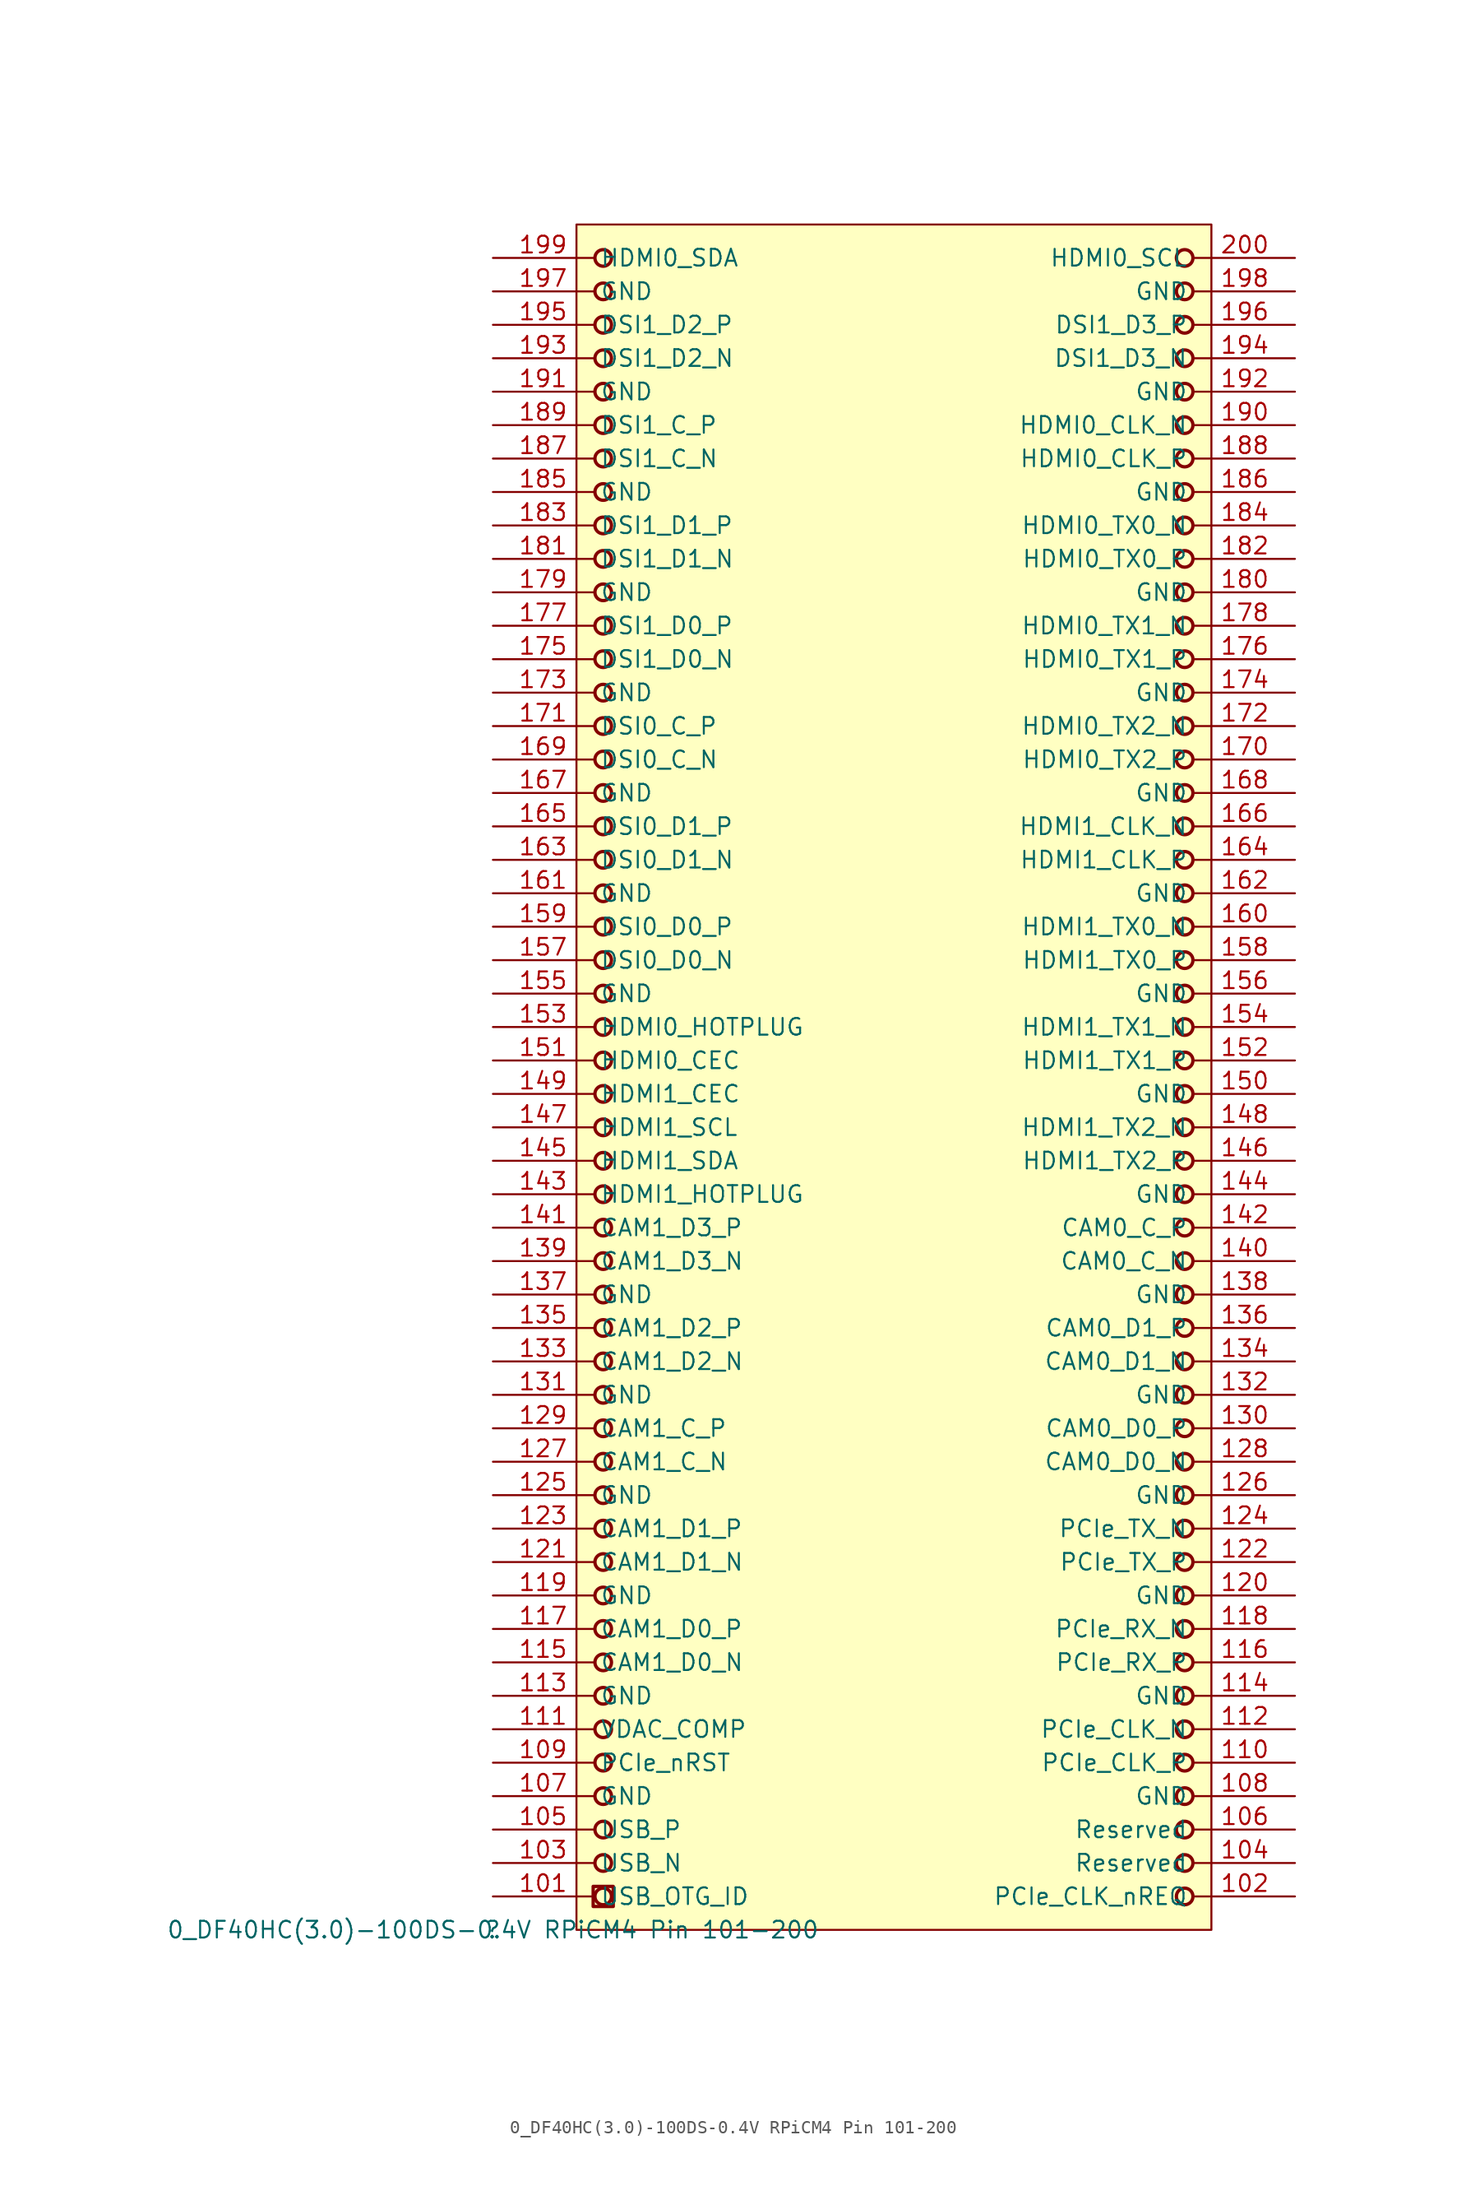
<source format=kicad_sym>
(kicad_symbol_lib
  (version 20211014)
  (generator kicad_symbol_editor)
  (symbol "0_DF40HC(3.0)-100DS-0.4V RPiCM4 Pin 101-200"
    (property "Reference" ""
      (at 0 0 0)
      (effects (font (size 1.27 1.27))))
    (property "Value" "0_DF40HC(3.0)-100DS-0.4V RPiCM4 Pin 101-200"
      (at 0 0 0)
      (effects (font (size 1.27 1.27))))
    (symbol "0_DF40HC(3.0)-100DS-0.4V RPiCM4 Pin 101-200_1_0"
      (polyline (pts (xy 9.144 1.778) (xy 7.62 1.778) (xy 7.62 3.302) (xy 9.144 3.302) (xy 9.144 1.778)) (stroke (width 0.254) (type default) (color 0 0 0 0)) (fill (type none)))
      (circle (center 8.382 2.54) (radius 0.63) (stroke (width 0.254) (type default) (color 0 0 0 0)) (fill (type none)))
      (circle (center 8.382 5.08) (radius 0.63) (stroke (width 0.254) (type default) (color 0 0 0 0)) (fill (type none)))
      (circle (center 8.382 7.62) (radius 0.63) (stroke (width 0.254) (type default) (color 0 0 0 0)) (fill (type none)))
      (circle (center 8.382 10.16) (radius 0.63) (stroke (width 0.254) (type default) (color 0 0 0 0)) (fill (type none)))
      (circle (center 8.382 12.7) (radius 0.63) (stroke (width 0.254) (type default) (color 0 0 0 0)) (fill (type none)))
      (circle (center 8.382 15.24) (radius 0.63) (stroke (width 0.254) (type default) (color 0 0 0 0)) (fill (type none)))
      (circle (center 8.382 17.78) (radius 0.63) (stroke (width 0.254) (type default) (color 0 0 0 0)) (fill (type none)))
      (circle (center 8.382 20.32) (radius 0.63) (stroke (width 0.254) (type default) (color 0 0 0 0)) (fill (type none)))
      (circle (center 8.382 22.86) (radius 0.63) (stroke (width 0.254) (type default) (color 0 0 0 0)) (fill (type none)))
      (circle (center 8.382 25.4) (radius 0.63) (stroke (width 0.254) (type default) (color 0 0 0 0)) (fill (type none)))
      (circle (center 8.382 27.94) (radius 0.63) (stroke (width 0.254) (type default) (color 0 0 0 0)) (fill (type none)))
      (circle (center 8.382 30.48) (radius 0.63) (stroke (width 0.254) (type default) (color 0 0 0 0)) (fill (type none)))
      (circle (center 8.382 33.02) (radius 0.63) (stroke (width 0.254) (type default) (color 0 0 0 0)) (fill (type none)))
      (circle (center 8.382 35.56) (radius 0.63) (stroke (width 0.254) (type default) (color 0 0 0 0)) (fill (type none)))
      (circle (center 8.382 38.1) (radius 0.63) (stroke (width 0.254) (type default) (color 0 0 0 0)) (fill (type none)))
      (circle (center 8.382 40.64) (radius 0.63) (stroke (width 0.254) (type default) (color 0 0 0 0)) (fill (type none)))
      (circle (center 8.382 43.18) (radius 0.63) (stroke (width 0.254) (type default) (color 0 0 0 0)) (fill (type none)))
      (circle (center 8.382 45.72) (radius 0.63) (stroke (width 0.254) (type default) (color 0 0 0 0)) (fill (type none)))
      (circle (center 8.382 48.26) (radius 0.63) (stroke (width 0.254) (type default) (color 0 0 0 0)) (fill (type none)))
      (circle (center 8.382 50.8) (radius 0.63) (stroke (width 0.254) (type default) (color 0 0 0 0)) (fill (type none)))
      (circle (center 8.382 53.34) (radius 0.63) (stroke (width 0.254) (type default) (color 0 0 0 0)) (fill (type none)))
      (circle (center 8.382 55.88) (radius 0.63) (stroke (width 0.254) (type default) (color 0 0 0 0)) (fill (type none)))
      (circle (center 8.382 58.42) (radius 0.63) (stroke (width 0.254) (type default) (color 0 0 0 0)) (fill (type none)))
      (circle (center 8.382 60.96) (radius 0.63) (stroke (width 0.254) (type default) (color 0 0 0 0)) (fill (type none)))
      (circle (center 8.382 63.5) (radius 0.63) (stroke (width 0.254) (type default) (color 0 0 0 0)) (fill (type none)))
      (circle (center 8.382 66.04) (radius 0.63) (stroke (width 0.254) (type default) (color 0 0 0 0)) (fill (type none)))
      (circle (center 8.382 68.58) (radius 0.63) (stroke (width 0.254) (type default) (color 0 0 0 0)) (fill (type none)))
      (circle (center 8.382 71.12) (radius 0.63) (stroke (width 0.254) (type default) (color 0 0 0 0)) (fill (type none)))
      (circle (center 8.382 73.66) (radius 0.63) (stroke (width 0.254) (type default) (color 0 0 0 0)) (fill (type none)))
      (circle (center 8.382 76.2) (radius 0.63) (stroke (width 0.254) (type default) (color 0 0 0 0)) (fill (type none)))
      (circle (center 8.382 78.74) (radius 0.63) (stroke (width 0.254) (type default) (color 0 0 0 0)) (fill (type none)))
      (circle (center 8.382 81.28) (radius 0.63) (stroke (width 0.254) (type default) (color 0 0 0 0)) (fill (type none)))
      (circle (center 8.382 83.82) (radius 0.63) (stroke (width 0.254) (type default) (color 0 0 0 0)) (fill (type none)))
      (circle (center 8.382 86.36) (radius 0.63) (stroke (width 0.254) (type default) (color 0 0 0 0)) (fill (type none)))
      (circle (center 8.382 88.9) (radius 0.63) (stroke (width 0.254) (type default) (color 0 0 0 0)) (fill (type none)))
      (circle (center 8.382 91.44) (radius 0.63) (stroke (width 0.254) (type default) (color 0 0 0 0)) (fill (type none)))
      (circle (center 8.382 93.98) (radius 0.63) (stroke (width 0.254) (type default) (color 0 0 0 0)) (fill (type none)))
      (circle (center 8.382 96.52) (radius 0.63) (stroke (width 0.254) (type default) (color 0 0 0 0)) (fill (type none)))
      (circle (center 8.382 99.06) (radius 0.63) (stroke (width 0.254) (type default) (color 0 0 0 0)) (fill (type none)))
      (circle (center 8.382 101.6) (radius 0.63) (stroke (width 0.254) (type default) (color 0 0 0 0)) (fill (type none)))
      (circle (center 8.382 104.14) (radius 0.63) (stroke (width 0.254) (type default) (color 0 0 0 0)) (fill (type none)))
      (circle (center 8.382 106.68) (radius 0.63) (stroke (width 0.254) (type default) (color 0 0 0 0)) (fill (type none)))
      (circle (center 8.382 109.22) (radius 0.63) (stroke (width 0.254) (type default) (color 0 0 0 0)) (fill (type none)))
      (circle (center 8.382 111.76) (radius 0.63) (stroke (width 0.254) (type default) (color 0 0 0 0)) (fill (type none)))
      (circle (center 8.382 114.3) (radius 0.63) (stroke (width 0.254) (type default) (color 0 0 0 0)) (fill (type none)))
      (circle (center 8.382 116.84) (radius 0.63) (stroke (width 0.254) (type default) (color 0 0 0 0)) (fill (type none)))
      (circle (center 8.382 119.38) (radius 0.63) (stroke (width 0.254) (type default) (color 0 0 0 0)) (fill (type none)))
      (circle (center 8.382 121.92) (radius 0.63) (stroke (width 0.254) (type default) (color 0 0 0 0)) (fill (type none)))
      (circle (center 8.382 124.46) (radius 0.63) (stroke (width 0.254) (type default) (color 0 0 0 0)) (fill (type none)))
      (circle (center 8.382 127) (radius 0.63) (stroke (width 0.254) (type default) (color 0 0 0 0)) (fill (type none)))
      (circle (center 52.578 2.54) (radius 0.63) (stroke (width 0.254) (type default) (color 0 0 0 0)) (fill (type none)))
      (circle (center 52.578 5.08) (radius 0.63) (stroke (width 0.254) (type default) (color 0 0 0 0)) (fill (type none)))
      (circle (center 52.578 7.62) (radius 0.63) (stroke (width 0.254) (type default) (color 0 0 0 0)) (fill (type none)))
      (circle (center 52.578 10.16) (radius 0.63) (stroke (width 0.254) (type default) (color 0 0 0 0)) (fill (type none)))
      (circle (center 52.578 12.7) (radius 0.63) (stroke (width 0.254) (type default) (color 0 0 0 0)) (fill (type none)))
      (circle (center 52.578 15.24) (radius 0.63) (stroke (width 0.254) (type default) (color 0 0 0 0)) (fill (type none)))
      (circle (center 52.578 17.78) (radius 0.63) (stroke (width 0.254) (type default) (color 0 0 0 0)) (fill (type none)))
      (circle (center 52.578 20.32) (radius 0.63) (stroke (width 0.254) (type default) (color 0 0 0 0)) (fill (type none)))
      (circle (center 52.578 22.86) (radius 0.63) (stroke (width 0.254) (type default) (color 0 0 0 0)) (fill (type none)))
      (circle (center 52.578 25.4) (radius 0.63) (stroke (width 0.254) (type default) (color 0 0 0 0)) (fill (type none)))
      (circle (center 52.578 27.94) (radius 0.63) (stroke (width 0.254) (type default) (color 0 0 0 0)) (fill (type none)))
      (circle (center 52.578 30.48) (radius 0.63) (stroke (width 0.254) (type default) (color 0 0 0 0)) (fill (type none)))
      (circle (center 52.578 33.02) (radius 0.63) (stroke (width 0.254) (type default) (color 0 0 0 0)) (fill (type none)))
      (circle (center 52.578 35.56) (radius 0.63) (stroke (width 0.254) (type default) (color 0 0 0 0)) (fill (type none)))
      (circle (center 52.578 38.1) (radius 0.63) (stroke (width 0.254) (type default) (color 0 0 0 0)) (fill (type none)))
      (circle (center 52.578 40.64) (radius 0.63) (stroke (width 0.254) (type default) (color 0 0 0 0)) (fill (type none)))
      (circle (center 52.578 43.18) (radius 0.63) (stroke (width 0.254) (type default) (color 0 0 0 0)) (fill (type none)))
      (circle (center 52.578 45.72) (radius 0.63) (stroke (width 0.254) (type default) (color 0 0 0 0)) (fill (type none)))
      (circle (center 52.578 48.26) (radius 0.63) (stroke (width 0.254) (type default) (color 0 0 0 0)) (fill (type none)))
      (circle (center 52.578 50.8) (radius 0.63) (stroke (width 0.254) (type default) (color 0 0 0 0)) (fill (type none)))
      (circle (center 52.578 53.34) (radius 0.63) (stroke (width 0.254) (type default) (color 0 0 0 0)) (fill (type none)))
      (circle (center 52.578 55.88) (radius 0.63) (stroke (width 0.254) (type default) (color 0 0 0 0)) (fill (type none)))
      (circle (center 52.578 58.42) (radius 0.63) (stroke (width 0.254) (type default) (color 0 0 0 0)) (fill (type none)))
      (circle (center 52.578 60.96) (radius 0.63) (stroke (width 0.254) (type default) (color 0 0 0 0)) (fill (type none)))
      (circle (center 52.578 63.5) (radius 0.63) (stroke (width 0.254) (type default) (color 0 0 0 0)) (fill (type none)))
      (circle (center 52.578 66.04) (radius 0.63) (stroke (width 0.254) (type default) (color 0 0 0 0)) (fill (type none)))
      (circle (center 52.578 68.58) (radius 0.63) (stroke (width 0.254) (type default) (color 0 0 0 0)) (fill (type none)))
      (circle (center 52.578 71.12) (radius 0.63) (stroke (width 0.254) (type default) (color 0 0 0 0)) (fill (type none)))
      (circle (center 52.578 73.66) (radius 0.63) (stroke (width 0.254) (type default) (color 0 0 0 0)) (fill (type none)))
      (circle (center 52.578 76.2) (radius 0.63) (stroke (width 0.254) (type default) (color 0 0 0 0)) (fill (type none)))
      (circle (center 52.578 78.74) (radius 0.63) (stroke (width 0.254) (type default) (color 0 0 0 0)) (fill (type none)))
      (circle (center 52.578 81.28) (radius 0.63) (stroke (width 0.254) (type default) (color 0 0 0 0)) (fill (type none)))
      (circle (center 52.578 83.82) (radius 0.63) (stroke (width 0.254) (type default) (color 0 0 0 0)) (fill (type none)))
      (circle (center 52.578 86.36) (radius 0.63) (stroke (width 0.254) (type default) (color 0 0 0 0)) (fill (type none)))
      (circle (center 52.578 88.9) (radius 0.63) (stroke (width 0.254) (type default) (color 0 0 0 0)) (fill (type none)))
      (circle (center 52.578 91.44) (radius 0.63) (stroke (width 0.254) (type default) (color 0 0 0 0)) (fill (type none)))
      (circle (center 52.578 93.98) (radius 0.63) (stroke (width 0.254) (type default) (color 0 0 0 0)) (fill (type none)))
      (circle (center 52.578 96.52) (radius 0.63) (stroke (width 0.254) (type default) (color 0 0 0 0)) (fill (type none)))
      (circle (center 52.578 99.06) (radius 0.63) (stroke (width 0.254) (type default) (color 0 0 0 0)) (fill (type none)))
      (circle (center 52.578 101.6) (radius 0.63) (stroke (width 0.254) (type default) (color 0 0 0 0)) (fill (type none)))
      (circle (center 52.578 104.14) (radius 0.63) (stroke (width 0.254) (type default) (color 0 0 0 0)) (fill (type none)))
      (circle (center 52.578 106.68) (radius 0.63) (stroke (width 0.254) (type default) (color 0 0 0 0)) (fill (type none)))
      (circle (center 52.578 109.22) (radius 0.63) (stroke (width 0.254) (type default) (color 0 0 0 0)) (fill (type none)))
      (circle (center 52.578 111.76) (radius 0.63) (stroke (width 0.254) (type default) (color 0 0 0 0)) (fill (type none)))
      (circle (center 52.578 114.3) (radius 0.63) (stroke (width 0.254) (type default) (color 0 0 0 0)) (fill (type none)))
      (circle (center 52.578 116.84) (radius 0.63) (stroke (width 0.254) (type default) (color 0 0 0 0)) (fill (type none)))
      (circle (center 52.578 119.38) (radius 0.63) (stroke (width 0.254) (type default) (color 0 0 0 0)) (fill (type none)))
      (circle (center 52.578 121.92) (radius 0.63) (stroke (width 0.254) (type default) (color 0 0 0 0)) (fill (type none)))
      (circle (center 52.578 124.46) (radius 0.63) (stroke (width 0.254) (type default) (color 0 0 0 0)) (fill (type none)))
      (circle (center 52.578 127) (radius 0.63) (stroke (width 0.254) (type default) (color 0 0 0 0)) (fill (type none)))
      (rectangle (start 54.61 129.54) (end 6.35 0) (stroke (width 0) (type default) (color 0 0 0 0)) (fill (type background)))
      (pin passive line (at 0 2.54 0) (length 7.62) (name "USB_OTG_ID" (effects (font (size 1.27 1.27)))) (number "101" (effects (font (size 1.27 1.27)))))
      (pin passive line (at 60.96 2.54 180) (length 7.62) (name "PCIe_CLK_nREQ" (effects (font (size 1.27 1.27)))) (number "102" (effects (font (size 1.27 1.27)))))
      (pin passive line (at 0 5.08 0) (length 7.62) (name "USB_N" (effects (font (size 1.27 1.27)))) (number "103" (effects (font (size 1.27 1.27)))))
      (pin passive line (at 60.96 5.08 180) (length 7.62) (name "Reserved" (effects (font (size 1.27 1.27)))) (number "104" (effects (font (size 1.27 1.27)))))
      (pin passive line (at 0 7.62 0) (length 7.62) (name "USB_P" (effects (font (size 1.27 1.27)))) (number "105" (effects (font (size 1.27 1.27)))))
      (pin passive line (at 60.96 7.62 180) (length 7.62) (name "Reserved" (effects (font (size 1.27 1.27)))) (number "106" (effects (font (size 1.27 1.27)))))
      (pin passive line (at 0 10.16 0) (length 7.62) (name "GND" (effects (font (size 1.27 1.27)))) (number "107" (effects (font (size 1.27 1.27)))))
      (pin passive line (at 60.96 10.16 180) (length 7.62) (name "GND" (effects (font (size 1.27 1.27)))) (number "108" (effects (font (size 1.27 1.27)))))
      (pin passive line (at 0 12.7 0) (length 7.62) (name "PCIe_nRST" (effects (font (size 1.27 1.27)))) (number "109" (effects (font (size 1.27 1.27)))))
      (pin passive line (at 60.96 12.7 180) (length 7.62) (name "PCIe_CLK_P" (effects (font (size 1.27 1.27)))) (number "110" (effects (font (size 1.27 1.27)))))
      (pin passive line (at 0 15.24 0) (length 7.62) (name "VDAC_COMP" (effects (font (size 1.27 1.27)))) (number "111" (effects (font (size 1.27 1.27)))))
      (pin passive line (at 60.96 15.24 180) (length 7.62) (name "PCIe_CLK_N" (effects (font (size 1.27 1.27)))) (number "112" (effects (font (size 1.27 1.27)))))
      (pin passive line (at 0 17.78 0) (length 7.62) (name "GND" (effects (font (size 1.27 1.27)))) (number "113" (effects (font (size 1.27 1.27)))))
      (pin passive line (at 60.96 17.78 180) (length 7.62) (name "GND" (effects (font (size 1.27 1.27)))) (number "114" (effects (font (size 1.27 1.27)))))
      (pin passive line (at 0 20.32 0) (length 7.62) (name "CAM1_D0_N" (effects (font (size 1.27 1.27)))) (number "115" (effects (font (size 1.27 1.27)))))
      (pin passive line (at 60.96 20.32 180) (length 7.62) (name "PCIe_RX_P" (effects (font (size 1.27 1.27)))) (number "116" (effects (font (size 1.27 1.27)))))
      (pin passive line (at 0 22.86 0) (length 7.62) (name "CAM1_D0_P" (effects (font (size 1.27 1.27)))) (number "117" (effects (font (size 1.27 1.27)))))
      (pin passive line (at 60.96 22.86 180) (length 7.62) (name "PCIe_RX_N" (effects (font (size 1.27 1.27)))) (number "118" (effects (font (size 1.27 1.27)))))
      (pin passive line (at 0 25.4 0) (length 7.62) (name "GND" (effects (font (size 1.27 1.27)))) (number "119" (effects (font (size 1.27 1.27)))))
      (pin passive line (at 60.96 25.4 180) (length 7.62) (name "GND" (effects (font (size 1.27 1.27)))) (number "120" (effects (font (size 1.27 1.27)))))
      (pin passive line (at 0 27.94 0) (length 7.62) (name "CAM1_D1_N" (effects (font (size 1.27 1.27)))) (number "121" (effects (font (size 1.27 1.27)))))
      (pin passive line (at 60.96 27.94 180) (length 7.62) (name "PCIe_TX_P" (effects (font (size 1.27 1.27)))) (number "122" (effects (font (size 1.27 1.27)))))
      (pin passive line (at 0 30.48 0) (length 7.62) (name "CAM1_D1_P" (effects (font (size 1.27 1.27)))) (number "123" (effects (font (size 1.27 1.27)))))
      (pin passive line (at 60.96 30.48 180) (length 7.62) (name "PCIe_TX_N" (effects (font (size 1.27 1.27)))) (number "124" (effects (font (size 1.27 1.27)))))
      (pin passive line (at 0 33.02 0) (length 7.62) (name "GND" (effects (font (size 1.27 1.27)))) (number "125" (effects (font (size 1.27 1.27)))))
      (pin passive line (at 60.96 33.02 180) (length 7.62) (name "GND" (effects (font (size 1.27 1.27)))) (number "126" (effects (font (size 1.27 1.27)))))
      (pin passive line (at 0 35.56 0) (length 7.62) (name "CAM1_C_N" (effects (font (size 1.27 1.27)))) (number "127" (effects (font (size 1.27 1.27)))))
      (pin passive line (at 60.96 35.56 180) (length 7.62) (name "CAM0_D0_N" (effects (font (size 1.27 1.27)))) (number "128" (effects (font (size 1.27 1.27)))))
      (pin passive line (at 0 38.1 0) (length 7.62) (name "CAM1_C_P" (effects (font (size 1.27 1.27)))) (number "129" (effects (font (size 1.27 1.27)))))
      (pin passive line (at 60.96 38.1 180) (length 7.62) (name "CAM0_D0_P" (effects (font (size 1.27 1.27)))) (number "130" (effects (font (size 1.27 1.27)))))
      (pin passive line (at 0 40.64 0) (length 7.62) (name "GND" (effects (font (size 1.27 1.27)))) (number "131" (effects (font (size 1.27 1.27)))))
      (pin passive line (at 60.96 40.64 180) (length 7.62) (name "GND" (effects (font (size 1.27 1.27)))) (number "132" (effects (font (size 1.27 1.27)))))
      (pin passive line (at 0 43.18 0) (length 7.62) (name "CAM1_D2_N" (effects (font (size 1.27 1.27)))) (number "133" (effects (font (size 1.27 1.27)))))
      (pin passive line (at 60.96 43.18 180) (length 7.62) (name "CAM0_D1_N" (effects (font (size 1.27 1.27)))) (number "134" (effects (font (size 1.27 1.27)))))
      (pin passive line (at 0 45.72 0) (length 7.62) (name "CAM1_D2_P" (effects (font (size 1.27 1.27)))) (number "135" (effects (font (size 1.27 1.27)))))
      (pin passive line (at 60.96 45.72 180) (length 7.62) (name "CAM0_D1_P" (effects (font (size 1.27 1.27)))) (number "136" (effects (font (size 1.27 1.27)))))
      (pin passive line (at 0 48.26 0) (length 7.62) (name "GND" (effects (font (size 1.27 1.27)))) (number "137" (effects (font (size 1.27 1.27)))))
      (pin passive line (at 60.96 48.26 180) (length 7.62) (name "GND" (effects (font (size 1.27 1.27)))) (number "138" (effects (font (size 1.27 1.27)))))
      (pin passive line (at 0 50.8 0) (length 7.62) (name "CAM1_D3_N" (effects (font (size 1.27 1.27)))) (number "139" (effects (font (size 1.27 1.27)))))
      (pin passive line (at 60.96 50.8 180) (length 7.62) (name "CAM0_C_N" (effects (font (size 1.27 1.27)))) (number "140" (effects (font (size 1.27 1.27)))))
      (pin passive line (at 0 53.34 0) (length 7.62) (name "CAM1_D3_P" (effects (font (size 1.27 1.27)))) (number "141" (effects (font (size 1.27 1.27)))))
      (pin passive line (at 60.96 53.34 180) (length 7.62) (name "CAM0_C_P" (effects (font (size 1.27 1.27)))) (number "142" (effects (font (size 1.27 1.27)))))
      (pin passive line (at 0 55.88 0) (length 7.62) (name "HDMI1_HOTPLUG" (effects (font (size 1.27 1.27)))) (number "143" (effects (font (size 1.27 1.27)))))
      (pin passive line (at 60.96 55.88 180) (length 7.62) (name "GND" (effects (font (size 1.27 1.27)))) (number "144" (effects (font (size 1.27 1.27)))))
      (pin passive line (at 0 58.42 0) (length 7.62) (name "HDMI1_SDA" (effects (font (size 1.27 1.27)))) (number "145" (effects (font (size 1.27 1.27)))))
      (pin passive line (at 60.96 58.42 180) (length 7.62) (name "HDMI1_TX2_P" (effects (font (size 1.27 1.27)))) (number "146" (effects (font (size 1.27 1.27)))))
      (pin passive line (at 0 60.96 0) (length 7.62) (name "HDMI1_SCL" (effects (font (size 1.27 1.27)))) (number "147" (effects (font (size 1.27 1.27)))))
      (pin passive line (at 60.96 60.96 180) (length 7.62) (name "HDMI1_TX2_N" (effects (font (size 1.27 1.27)))) (number "148" (effects (font (size 1.27 1.27)))))
      (pin passive line (at 0 63.5 0) (length 7.62) (name "HDMI1_CEC" (effects (font (size 1.27 1.27)))) (number "149" (effects (font (size 1.27 1.27)))))
      (pin passive line (at 60.96 63.5 180) (length 7.62) (name "GND" (effects (font (size 1.27 1.27)))) (number "150" (effects (font (size 1.27 1.27)))))
      (pin passive line (at 0 66.04 0) (length 7.62) (name "HDMI0_CEC" (effects (font (size 1.27 1.27)))) (number "151" (effects (font (size 1.27 1.27)))))
      (pin passive line (at 60.96 66.04 180) (length 7.62) (name "HDMI1_TX1_P" (effects (font (size 1.27 1.27)))) (number "152" (effects (font (size 1.27 1.27)))))
      (pin passive line (at 0 68.58 0) (length 7.62) (name "HDMI0_HOTPLUG" (effects (font (size 1.27 1.27)))) (number "153" (effects (font (size 1.27 1.27)))))
      (pin passive line (at 60.96 68.58 180) (length 7.62) (name "HDMI1_TX1_N" (effects (font (size 1.27 1.27)))) (number "154" (effects (font (size 1.27 1.27)))))
      (pin passive line (at 0 71.12 0) (length 7.62) (name "GND" (effects (font (size 1.27 1.27)))) (number "155" (effects (font (size 1.27 1.27)))))
      (pin passive line (at 60.96 71.12 180) (length 7.62) (name "GND" (effects (font (size 1.27 1.27)))) (number "156" (effects (font (size 1.27 1.27)))))
      (pin passive line (at 0 73.66 0) (length 7.62) (name "DSI0_D0_N" (effects (font (size 1.27 1.27)))) (number "157" (effects (font (size 1.27 1.27)))))
      (pin passive line (at 60.96 73.66 180) (length 7.62) (name "HDMI1_TX0_P" (effects (font (size 1.27 1.27)))) (number "158" (effects (font (size 1.27 1.27)))))
      (pin passive line (at 0 76.2 0) (length 7.62) (name "DSI0_D0_P" (effects (font (size 1.27 1.27)))) (number "159" (effects (font (size 1.27 1.27)))))
      (pin passive line (at 60.96 76.2 180) (length 7.62) (name "HDMI1_TX0_N" (effects (font (size 1.27 1.27)))) (number "160" (effects (font (size 1.27 1.27)))))
      (pin passive line (at 0 78.74 0) (length 7.62) (name "GND" (effects (font (size 1.27 1.27)))) (number "161" (effects (font (size 1.27 1.27)))))
      (pin passive line (at 60.96 78.74 180) (length 7.62) (name "GND" (effects (font (size 1.27 1.27)))) (number "162" (effects (font (size 1.27 1.27)))))
      (pin passive line (at 0 81.28 0) (length 7.62) (name "DSI0_D1_N" (effects (font (size 1.27 1.27)))) (number "163" (effects (font (size 1.27 1.27)))))
      (pin passive line (at 60.96 81.28 180) (length 7.62) (name "HDMI1_CLK_P" (effects (font (size 1.27 1.27)))) (number "164" (effects (font (size 1.27 1.27)))))
      (pin passive line (at 0 83.82 0) (length 7.62) (name "DSI0_D1_P" (effects (font (size 1.27 1.27)))) (number "165" (effects (font (size 1.27 1.27)))))
      (pin passive line (at 60.96 83.82 180) (length 7.62) (name "HDMI1_CLK_N" (effects (font (size 1.27 1.27)))) (number "166" (effects (font (size 1.27 1.27)))))
      (pin passive line (at 0 86.36 0) (length 7.62) (name "GND" (effects (font (size 1.27 1.27)))) (number "167" (effects (font (size 1.27 1.27)))))
      (pin passive line (at 60.96 86.36 180) (length 7.62) (name "GND" (effects (font (size 1.27 1.27)))) (number "168" (effects (font (size 1.27 1.27)))))
      (pin passive line (at 0 88.9 0) (length 7.62) (name "DSI0_C_N" (effects (font (size 1.27 1.27)))) (number "169" (effects (font (size 1.27 1.27)))))
      (pin passive line (at 60.96 88.9 180) (length 7.62) (name "HDMI0_TX2_P" (effects (font (size 1.27 1.27)))) (number "170" (effects (font (size 1.27 1.27)))))
      (pin passive line (at 0 91.44 0) (length 7.62) (name "DSI0_C_P" (effects (font (size 1.27 1.27)))) (number "171" (effects (font (size 1.27 1.27)))))
      (pin passive line (at 60.96 91.44 180) (length 7.62) (name "HDMI0_TX2_N" (effects (font (size 1.27 1.27)))) (number "172" (effects (font (size 1.27 1.27)))))
      (pin passive line (at 0 93.98 0) (length 7.62) (name "GND" (effects (font (size 1.27 1.27)))) (number "173" (effects (font (size 1.27 1.27)))))
      (pin passive line (at 60.96 93.98 180) (length 7.62) (name "GND" (effects (font (size 1.27 1.27)))) (number "174" (effects (font (size 1.27 1.27)))))
      (pin passive line (at 0 96.52 0) (length 7.62) (name "DSI1_D0_N" (effects (font (size 1.27 1.27)))) (number "175" (effects (font (size 1.27 1.27)))))
      (pin passive line (at 60.96 96.52 180) (length 7.62) (name "HDMI0_TX1_P" (effects (font (size 1.27 1.27)))) (number "176" (effects (font (size 1.27 1.27)))))
      (pin passive line (at 0 99.06 0) (length 7.62) (name "DSI1_D0_P" (effects (font (size 1.27 1.27)))) (number "177" (effects (font (size 1.27 1.27)))))
      (pin passive line (at 60.96 99.06 180) (length 7.62) (name "HDMI0_TX1_N" (effects (font (size 1.27 1.27)))) (number "178" (effects (font (size 1.27 1.27)))))
      (pin passive line (at 0 101.6 0) (length 7.62) (name "GND" (effects (font (size 1.27 1.27)))) (number "179" (effects (font (size 1.27 1.27)))))
      (pin passive line (at 60.96 101.6 180) (length 7.62) (name "GND" (effects (font (size 1.27 1.27)))) (number "180" (effects (font (size 1.27 1.27)))))
      (pin passive line (at 0 104.14 0) (length 7.62) (name "DSI1_D1_N" (effects (font (size 1.27 1.27)))) (number "181" (effects (font (size 1.27 1.27)))))
      (pin passive line (at 60.96 104.14 180) (length 7.62) (name "HDMI0_TX0_P" (effects (font (size 1.27 1.27)))) (number "182" (effects (font (size 1.27 1.27)))))
      (pin passive line (at 0 106.68 0) (length 7.62) (name "DSI1_D1_P" (effects (font (size 1.27 1.27)))) (number "183" (effects (font (size 1.27 1.27)))))
      (pin passive line (at 60.96 106.68 180) (length 7.62) (name "HDMI0_TX0_N" (effects (font (size 1.27 1.27)))) (number "184" (effects (font (size 1.27 1.27)))))
      (pin passive line (at 0 109.22 0) (length 7.62) (name "GND" (effects (font (size 1.27 1.27)))) (number "185" (effects (font (size 1.27 1.27)))))
      (pin passive line (at 60.96 109.22 180) (length 7.62) (name "GND" (effects (font (size 1.27 1.27)))) (number "186" (effects (font (size 1.27 1.27)))))
      (pin passive line (at 0 111.76 0) (length 7.62) (name "DSI1_C_N" (effects (font (size 1.27 1.27)))) (number "187" (effects (font (size 1.27 1.27)))))
      (pin passive line (at 60.96 111.76 180) (length 7.62) (name "HDMI0_CLK_P" (effects (font (size 1.27 1.27)))) (number "188" (effects (font (size 1.27 1.27)))))
      (pin passive line (at 0 114.3 0) (length 7.62) (name "DSI1_C_P" (effects (font (size 1.27 1.27)))) (number "189" (effects (font (size 1.27 1.27)))))
      (pin passive line (at 60.96 114.3 180) (length 7.62) (name "HDMI0_CLK_N" (effects (font (size 1.27 1.27)))) (number "190" (effects (font (size 1.27 1.27)))))
      (pin passive line (at 0 116.84 0) (length 7.62) (name "GND" (effects (font (size 1.27 1.27)))) (number "191" (effects (font (size 1.27 1.27)))))
      (pin passive line (at 60.96 116.84 180) (length 7.62) (name "GND" (effects (font (size 1.27 1.27)))) (number "192" (effects (font (size 1.27 1.27)))))
      (pin passive line (at 0 119.38 0) (length 7.62) (name "DSI1_D2_N" (effects (font (size 1.27 1.27)))) (number "193" (effects (font (size 1.27 1.27)))))
      (pin passive line (at 60.96 119.38 180) (length 7.62) (name "DSI1_D3_N" (effects (font (size 1.27 1.27)))) (number "194" (effects (font (size 1.27 1.27)))))
      (pin passive line (at 0 121.92 0) (length 7.62) (name "DSI1_D2_P" (effects (font (size 1.27 1.27)))) (number "195" (effects (font (size 1.27 1.27)))))
      (pin passive line (at 60.96 121.92 180) (length 7.62) (name "DSI1_D3_P" (effects (font (size 1.27 1.27)))) (number "196" (effects (font (size 1.27 1.27)))))
      (pin passive line (at 0 124.46 0) (length 7.62) (name "GND" (effects (font (size 1.27 1.27)))) (number "197" (effects (font (size 1.27 1.27)))))
      (pin passive line (at 60.96 124.46 180) (length 7.62) (name "GND" (effects (font (size 1.27 1.27)))) (number "198" (effects (font (size 1.27 1.27)))))
      (pin passive line (at 0 127 0) (length 7.62) (name "HDMI0_SDA" (effects (font (size 1.27 1.27)))) (number "199" (effects (font (size 1.27 1.27)))))
      (pin passive line (at 60.96 127 180) (length 7.62) (name "HDMI0_SCL" (effects (font (size 1.27 1.27)))) (number "200" (effects (font (size 1.27 1.27))))))))
</source>
